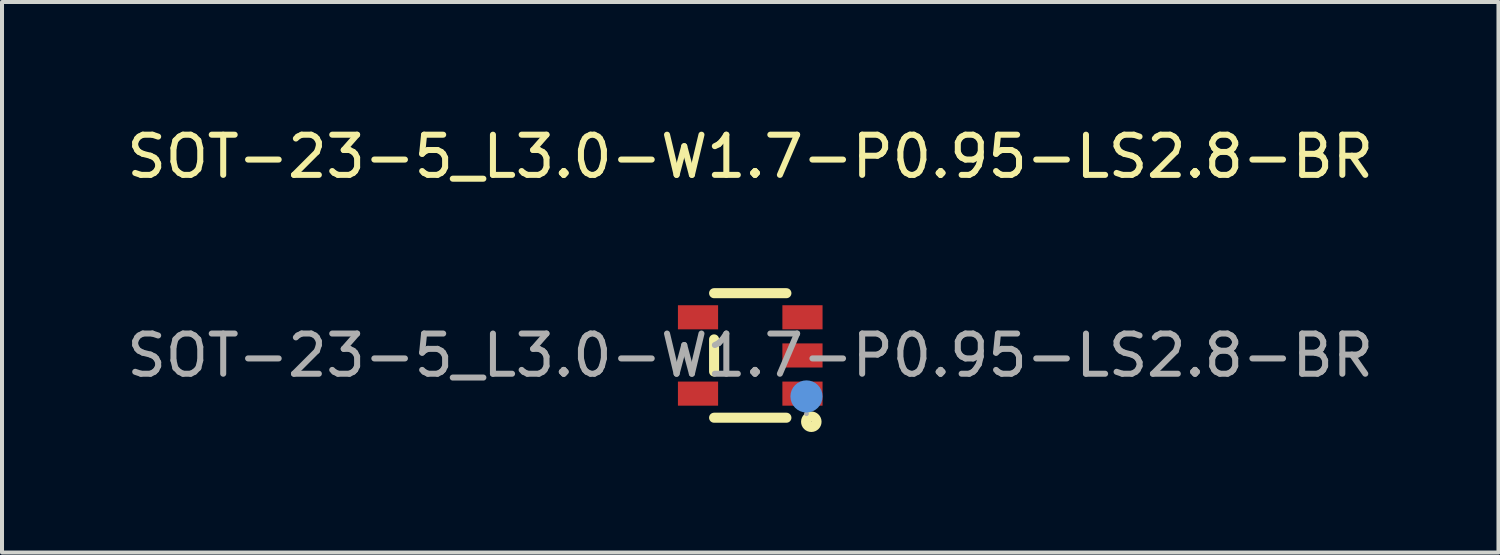
<source format=kicad_pcb>
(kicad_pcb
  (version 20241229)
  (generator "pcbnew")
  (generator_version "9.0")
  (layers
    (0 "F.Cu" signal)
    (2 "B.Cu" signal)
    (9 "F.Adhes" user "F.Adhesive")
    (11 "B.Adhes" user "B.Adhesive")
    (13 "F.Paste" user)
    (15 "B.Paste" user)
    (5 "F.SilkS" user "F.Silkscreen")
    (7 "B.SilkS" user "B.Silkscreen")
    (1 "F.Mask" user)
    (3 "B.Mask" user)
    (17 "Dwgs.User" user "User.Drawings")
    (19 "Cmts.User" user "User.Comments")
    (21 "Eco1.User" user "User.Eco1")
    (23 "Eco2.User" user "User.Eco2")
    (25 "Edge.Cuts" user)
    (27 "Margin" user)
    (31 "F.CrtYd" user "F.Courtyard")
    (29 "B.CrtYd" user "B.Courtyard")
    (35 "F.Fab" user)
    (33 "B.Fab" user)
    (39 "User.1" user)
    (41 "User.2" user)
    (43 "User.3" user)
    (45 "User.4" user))
  (footprint "SOT-23-5_L3.0-W1.7-P0.95-LS2.8-BR"
    (layer "F.Cu")
    (at 15.625 5.798)
    (property "Reference" "SOT-23-5_L3.0-W1.7-P0.95-LS2.8-BR" (at 0 -4.95 0) (layer "F.SilkS") (effects (font (size 1 1) (thickness 0.15))))
    (attr smd)
    (fp_line (start -0.9 -1.55) (end 0.9 -1.55) (stroke (width 0.25) (type solid)) (layer "F.SilkS"))
    (fp_line (start -0.9 0.4) (end -0.9 -0.4) (stroke (width 0.25) (type solid)) (layer "F.SilkS"))
    (fp_line (start -0.9 1.55) (end 0.9 1.55) (stroke (width 0.25) (type solid)) (layer "F.SilkS"))
    (fp_circle (center 1.52 1.65) (end 1.65 1.65) (stroke (width 0.25) (type solid)) (fill no) (layer "F.SilkS"))
    (fp_circle (center 1.4 1.02) (end 1.6 1.02) (stroke (width 0.4) (type solid)) (fill no) (layer "Cmts.User"))
    (fp_circle (center 1.4 1.45) (end 1.43 1.45) (stroke (width 0.06) (type solid)) (fill no) (layer "F.Fab"))
    (fp_text user "${REFERENCE}" (at 0 0 0) (layer "F.Fab") (effects (font (size 1 1) (thickness 0.15))))
    (pad "1" smd rect (at 1.3 0.95) (size 1 0.6) (layers "F.Cu" "F.Mask" "F.Paste"))
    (pad "2" smd rect (at 1.3 0) (size 1 0.6) (layers "F.Cu" "F.Mask" "F.Paste"))
    (pad "3" smd rect (at 1.3 -0.95) (size 1 0.6) (layers "F.Cu" "F.Mask" "F.Paste"))
    (pad "4" smd rect (at -1.3 -0.95) (size 1 0.6) (layers "F.Cu" "F.Mask" "F.Paste"))
    (pad "5" smd rect (at -1.3 0.95) (size 1 0.6) (layers "F.Cu" "F.Mask" "F.Paste")))
  (gr_rect
    (start -3 -3)
    (end 34.25 10.703)
    (stroke (width 0.1) (type default))
    (fill no)
    (layer "Edge.Cuts")))
</source>
